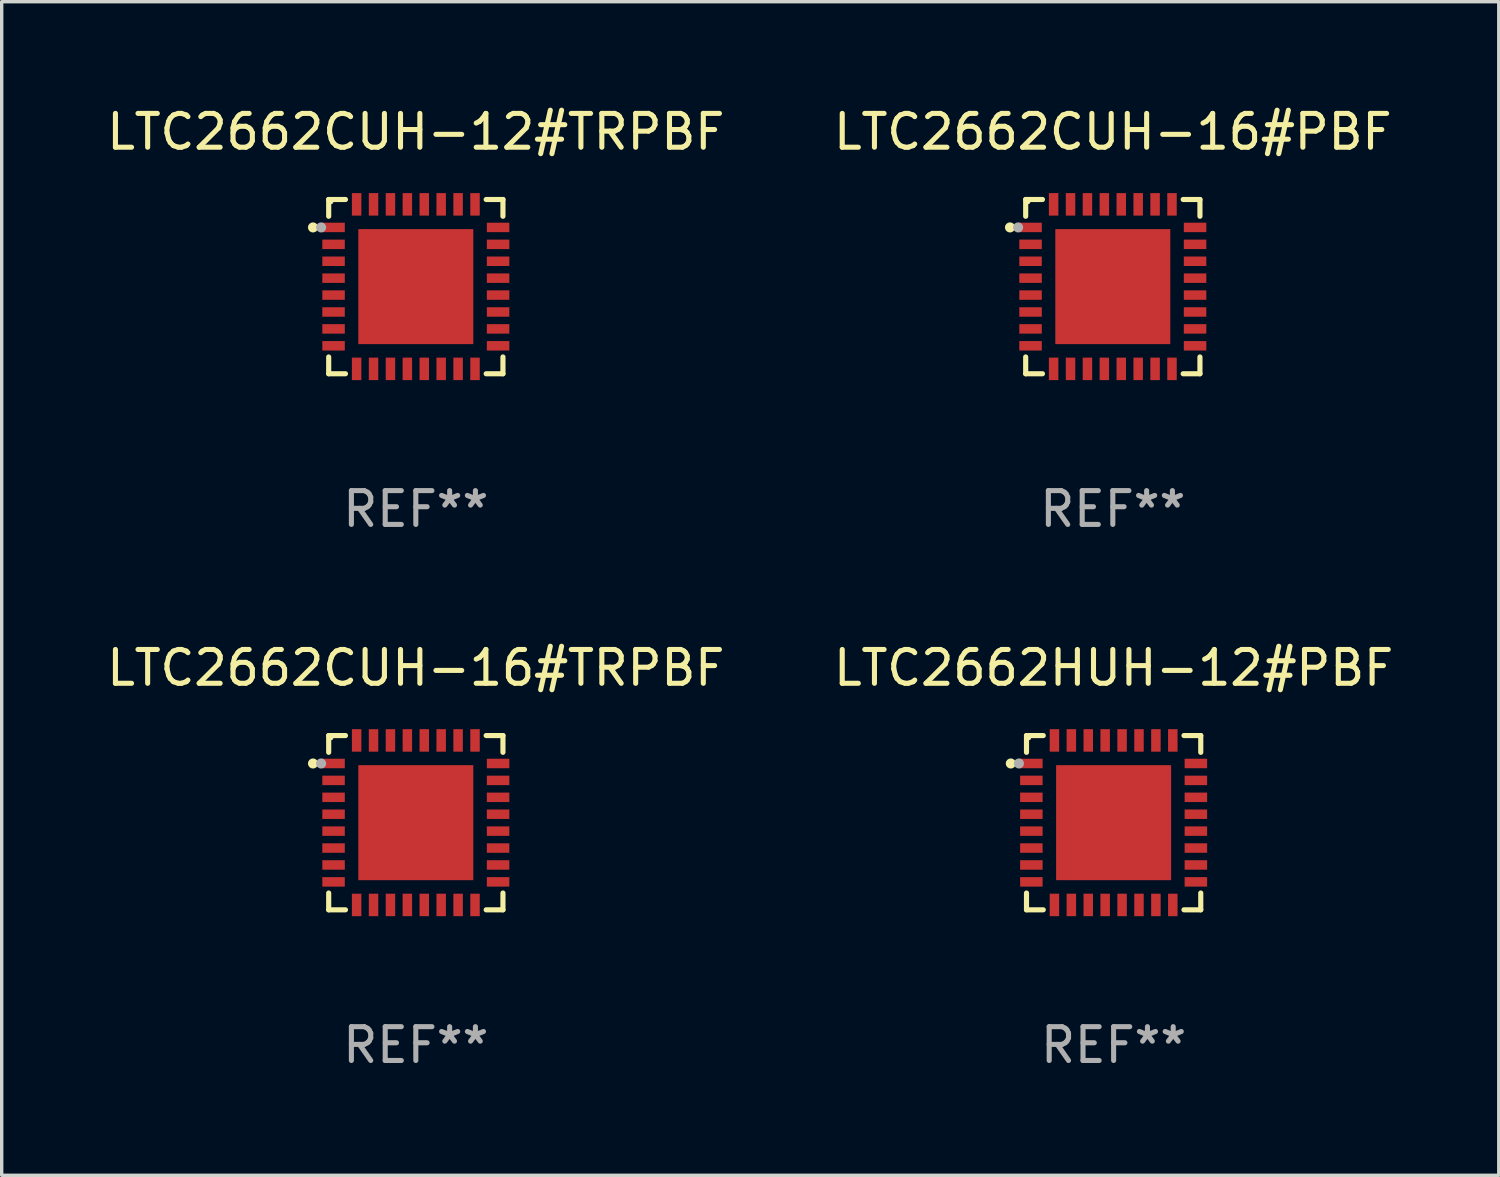
<source format=kicad_pcb>
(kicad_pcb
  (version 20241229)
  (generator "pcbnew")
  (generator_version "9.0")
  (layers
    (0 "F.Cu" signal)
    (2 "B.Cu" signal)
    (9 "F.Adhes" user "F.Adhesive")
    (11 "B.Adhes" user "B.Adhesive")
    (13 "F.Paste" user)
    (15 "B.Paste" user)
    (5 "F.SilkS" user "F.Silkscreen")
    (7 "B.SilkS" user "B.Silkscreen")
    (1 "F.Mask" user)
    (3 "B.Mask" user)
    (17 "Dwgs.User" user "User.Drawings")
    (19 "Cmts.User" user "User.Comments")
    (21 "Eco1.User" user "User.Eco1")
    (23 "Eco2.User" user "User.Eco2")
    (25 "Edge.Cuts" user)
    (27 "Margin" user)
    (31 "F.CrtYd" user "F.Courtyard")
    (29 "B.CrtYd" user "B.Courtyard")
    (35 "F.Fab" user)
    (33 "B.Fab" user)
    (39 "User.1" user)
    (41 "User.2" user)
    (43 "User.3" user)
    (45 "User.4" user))
  (footprint "LTC2662CUH-16#TRPBF"
    (layer "F.Cu")
    (at 9.244 21.273)
    (property "Reference" "LTC2662CUH-16#TRPBF" (at 0 -4.576 0) (layer "F.SilkS") (effects (font (size 1 1) (thickness 0.15))))
    (attr through_hole)
    (fp_line (start -2.576 -2.576) (end -2.576 -2.08) (stroke (width 0.152) (type solid)) (layer "F.SilkS"))
    (fp_line (start -2.576 2.576) (end -2.576 2.08) (stroke (width 0.152) (type solid)) (layer "F.SilkS"))
    (fp_line (start -2.08 -2.576) (end -2.576 -2.576) (stroke (width 0.152) (type solid)) (layer "F.SilkS"))
    (fp_line (start -2.08 2.576) (end -2.576 2.576) (stroke (width 0.152) (type solid)) (layer "F.SilkS"))
    (fp_line (start 2.08 -2.576) (end 2.576 -2.576) (stroke (width 0.152) (type solid)) (layer "F.SilkS"))
    (fp_line (start 2.08 2.576) (end 2.576 2.576) (stroke (width 0.152) (type solid)) (layer "F.SilkS"))
    (fp_line (start 2.576 -2.576) (end 2.576 -2.08) (stroke (width 0.152) (type solid)) (layer "F.SilkS"))
    (fp_line (start 2.576 2.576) (end 2.576 2.08) (stroke (width 0.152) (type solid)) (layer "F.SilkS"))
    (fp_circle (center -3.04 -1.75) (end -2.965 -1.75) (stroke (width 0.15) (type solid)) (fill no) (layer "F.SilkS"))
    (fp_circle (center -2.5 -2.5) (end -2.47 -2.5) (stroke (width 0.06) (type solid)) (fill no) (layer "F.SilkS"))
    (fp_circle (center -2.8 -1.75) (end -2.725 -1.75) (stroke (width 0.15) (type solid)) (fill no) (layer "F.Fab"))
    (fp_text user "REF**" (at 0 6.576 0) (layer "F.Fab") (effects (font (size 1 1) (thickness 0.15))))
    (pad "1" smd rect (at -2.432 -1.75) (size 0.665 0.28) (layers "F.Cu" "F.Mask" "F.Paste"))
    (pad "2" smd rect (at -2.432 -1.25) (size 0.665 0.28) (layers "F.Cu" "F.Mask" "F.Paste"))
    (pad "3" smd rect (at -2.432 -0.75) (size 0.665 0.28) (layers "F.Cu" "F.Mask" "F.Paste"))
    (pad "4" smd rect (at -2.432 -0.25) (size 0.665 0.28) (layers "F.Cu" "F.Mask" "F.Paste"))
    (pad "5" smd rect (at -2.432 0.25) (size 0.665 0.28) (layers "F.Cu" "F.Mask" "F.Paste"))
    (pad "6" smd rect (at -2.432 0.75) (size 0.665 0.28) (layers "F.Cu" "F.Mask" "F.Paste"))
    (pad "7" smd rect (at -2.432 1.25) (size 0.665 0.28) (layers "F.Cu" "F.Mask" "F.Paste"))
    (pad "8" smd rect (at -2.432 1.75) (size 0.665 0.28) (layers "F.Cu" "F.Mask" "F.Paste"))
    (pad "9" smd rect (at -1.75 2.432) (size 0.28 0.665) (layers "F.Cu" "F.Mask" "F.Paste"))
    (pad "10" smd rect (at -1.25 2.432) (size 0.28 0.665) (layers "F.Cu" "F.Mask" "F.Paste"))
    (pad "11" smd rect (at -0.75 2.432) (size 0.28 0.665) (layers "F.Cu" "F.Mask" "F.Paste"))
    (pad "12" smd rect (at -0.25 2.432) (size 0.28 0.665) (layers "F.Cu" "F.Mask" "F.Paste"))
    (pad "13" smd rect (at 0.25 2.432) (size 0.28 0.665) (layers "F.Cu" "F.Mask" "F.Paste"))
    (pad "14" smd rect (at 0.75 2.432) (size 0.28 0.665) (layers "F.Cu" "F.Mask" "F.Paste"))
    (pad "15" smd rect (at 1.25 2.432) (size 0.28 0.665) (layers "F.Cu" "F.Mask" "F.Paste"))
    (pad "16" smd rect (at 1.75 2.432) (size 0.28 0.665) (layers "F.Cu" "F.Mask" "F.Paste"))
    (pad "17" smd rect (at 2.432 1.75) (size 0.665 0.28) (layers "F.Cu" "F.Mask" "F.Paste"))
    (pad "18" smd rect (at 2.432 1.25) (size 0.665 0.28) (layers "F.Cu" "F.Mask" "F.Paste"))
    (pad "19" smd rect (at 2.432 0.75) (size 0.665 0.28) (layers "F.Cu" "F.Mask" "F.Paste"))
    (pad "20" smd rect (at 2.432 0.25) (size 0.665 0.28) (layers "F.Cu" "F.Mask" "F.Paste"))
    (pad "21" smd rect (at 2.432 -0.25) (size 0.665 0.28) (layers "F.Cu" "F.Mask" "F.Paste"))
    (pad "22" smd rect (at 2.432 -0.75) (size 0.665 0.28) (layers "F.Cu" "F.Mask" "F.Paste"))
    (pad "23" smd rect (at 2.432 -1.25) (size 0.665 0.28) (layers "F.Cu" "F.Mask" "F.Paste"))
    (pad "24" smd rect (at 2.432 -1.75) (size 0.665 0.28) (layers "F.Cu" "F.Mask" "F.Paste"))
    (pad "25" smd rect (at 1.75 -2.432) (size 0.28 0.665) (layers "F.Cu" "F.Mask" "F.Paste"))
    (pad "26" smd rect (at 1.25 -2.432) (size 0.28 0.665) (layers "F.Cu" "F.Mask" "F.Paste"))
    (pad "27" smd rect (at 0.75 -2.432) (size 0.28 0.665) (layers "F.Cu" "F.Mask" "F.Paste"))
    (pad "28" smd rect (at 0.25 -2.432) (size 0.28 0.665) (layers "F.Cu" "F.Mask" "F.Paste"))
    (pad "29" smd rect (at -0.25 -2.432) (size 0.28 0.665) (layers "F.Cu" "F.Mask" "F.Paste"))
    (pad "30" smd rect (at -0.75 -2.432) (size 0.28 0.665) (layers "F.Cu" "F.Mask" "F.Paste"))
    (pad "31" smd rect (at -1.25 -2.432) (size 0.28 0.665) (layers "F.Cu" "F.Mask" "F.Paste"))
    (pad "32" smd rect (at -1.75 -2.432) (size 0.28 0.665) (layers "F.Cu" "F.Mask" "F.Paste"))
    (pad "33" smd rect (at 0 0) (size 3.4 3.4) (layers "F.Cu" "F.Mask" "F.Paste")))
  (footprint "LTC2662CUH-16#PBF"
    (layer "F.Cu")
    (at 29.851 5.424)
    (property "Reference" "LTC2662CUH-16#PBF" (at 0 -4.576 0) (layer "F.SilkS") (effects (font (size 1 1) (thickness 0.15))))
    (attr through_hole)
    (fp_line (start -2.576 -2.576) (end -2.576 -2.08) (stroke (width 0.152) (type solid)) (layer "F.SilkS"))
    (fp_line (start -2.576 2.576) (end -2.576 2.08) (stroke (width 0.152) (type solid)) (layer "F.SilkS"))
    (fp_line (start -2.08 -2.576) (end -2.576 -2.576) (stroke (width 0.152) (type solid)) (layer "F.SilkS"))
    (fp_line (start -2.08 2.576) (end -2.576 2.576) (stroke (width 0.152) (type solid)) (layer "F.SilkS"))
    (fp_line (start 2.08 -2.576) (end 2.576 -2.576) (stroke (width 0.152) (type solid)) (layer "F.SilkS"))
    (fp_line (start 2.08 2.576) (end 2.576 2.576) (stroke (width 0.152) (type solid)) (layer "F.SilkS"))
    (fp_line (start 2.576 -2.576) (end 2.576 -2.08) (stroke (width 0.152) (type solid)) (layer "F.SilkS"))
    (fp_line (start 2.576 2.576) (end 2.576 2.08) (stroke (width 0.152) (type solid)) (layer "F.SilkS"))
    (fp_circle (center -3.04 -1.75) (end -2.965 -1.75) (stroke (width 0.15) (type solid)) (fill no) (layer "F.SilkS"))
    (fp_circle (center -2.5 -2.5) (end -2.47 -2.5) (stroke (width 0.06) (type solid)) (fill no) (layer "F.SilkS"))
    (fp_circle (center -2.8 -1.75) (end -2.725 -1.75) (stroke (width 0.15) (type solid)) (fill no) (layer "F.Fab"))
    (fp_text user "REF**" (at 0 6.576 0) (layer "F.Fab") (effects (font (size 1 1) (thickness 0.15))))
    (pad "1" smd rect (at -2.432 -1.75) (size 0.665 0.28) (layers "F.Cu" "F.Mask" "F.Paste"))
    (pad "2" smd rect (at -2.432 -1.25) (size 0.665 0.28) (layers "F.Cu" "F.Mask" "F.Paste"))
    (pad "3" smd rect (at -2.432 -0.75) (size 0.665 0.28) (layers "F.Cu" "F.Mask" "F.Paste"))
    (pad "4" smd rect (at -2.432 -0.25) (size 0.665 0.28) (layers "F.Cu" "F.Mask" "F.Paste"))
    (pad "5" smd rect (at -2.432 0.25) (size 0.665 0.28) (layers "F.Cu" "F.Mask" "F.Paste"))
    (pad "6" smd rect (at -2.432 0.75) (size 0.665 0.28) (layers "F.Cu" "F.Mask" "F.Paste"))
    (pad "7" smd rect (at -2.432 1.25) (size 0.665 0.28) (layers "F.Cu" "F.Mask" "F.Paste"))
    (pad "8" smd rect (at -2.432 1.75) (size 0.665 0.28) (layers "F.Cu" "F.Mask" "F.Paste"))
    (pad "9" smd rect (at -1.75 2.432) (size 0.28 0.665) (layers "F.Cu" "F.Mask" "F.Paste"))
    (pad "10" smd rect (at -1.25 2.432) (size 0.28 0.665) (layers "F.Cu" "F.Mask" "F.Paste"))
    (pad "11" smd rect (at -0.75 2.432) (size 0.28 0.665) (layers "F.Cu" "F.Mask" "F.Paste"))
    (pad "12" smd rect (at -0.25 2.432) (size 0.28 0.665) (layers "F.Cu" "F.Mask" "F.Paste"))
    (pad "13" smd rect (at 0.25 2.432) (size 0.28 0.665) (layers "F.Cu" "F.Mask" "F.Paste"))
    (pad "14" smd rect (at 0.75 2.432) (size 0.28 0.665) (layers "F.Cu" "F.Mask" "F.Paste"))
    (pad "15" smd rect (at 1.25 2.432) (size 0.28 0.665) (layers "F.Cu" "F.Mask" "F.Paste"))
    (pad "16" smd rect (at 1.75 2.432) (size 0.28 0.665) (layers "F.Cu" "F.Mask" "F.Paste"))
    (pad "17" smd rect (at 2.432 1.75) (size 0.665 0.28) (layers "F.Cu" "F.Mask" "F.Paste"))
    (pad "18" smd rect (at 2.432 1.25) (size 0.665 0.28) (layers "F.Cu" "F.Mask" "F.Paste"))
    (pad "19" smd rect (at 2.432 0.75) (size 0.665 0.28) (layers "F.Cu" "F.Mask" "F.Paste"))
    (pad "20" smd rect (at 2.432 0.25) (size 0.665 0.28) (layers "F.Cu" "F.Mask" "F.Paste"))
    (pad "21" smd rect (at 2.432 -0.25) (size 0.665 0.28) (layers "F.Cu" "F.Mask" "F.Paste"))
    (pad "22" smd rect (at 2.432 -0.75) (size 0.665 0.28) (layers "F.Cu" "F.Mask" "F.Paste"))
    (pad "23" smd rect (at 2.432 -1.25) (size 0.665 0.28) (layers "F.Cu" "F.Mask" "F.Paste"))
    (pad "24" smd rect (at 2.432 -1.75) (size 0.665 0.28) (layers "F.Cu" "F.Mask" "F.Paste"))
    (pad "25" smd rect (at 1.75 -2.432) (size 0.28 0.665) (layers "F.Cu" "F.Mask" "F.Paste"))
    (pad "26" smd rect (at 1.25 -2.432) (size 0.28 0.665) (layers "F.Cu" "F.Mask" "F.Paste"))
    (pad "27" smd rect (at 0.75 -2.432) (size 0.28 0.665) (layers "F.Cu" "F.Mask" "F.Paste"))
    (pad "28" smd rect (at 0.25 -2.432) (size 0.28 0.665) (layers "F.Cu" "F.Mask" "F.Paste"))
    (pad "29" smd rect (at -0.25 -2.432) (size 0.28 0.665) (layers "F.Cu" "F.Mask" "F.Paste"))
    (pad "30" smd rect (at -0.75 -2.432) (size 0.28 0.665) (layers "F.Cu" "F.Mask" "F.Paste"))
    (pad "31" smd rect (at -1.25 -2.432) (size 0.28 0.665) (layers "F.Cu" "F.Mask" "F.Paste"))
    (pad "32" smd rect (at -1.75 -2.432) (size 0.28 0.665) (layers "F.Cu" "F.Mask" "F.Paste"))
    (pad "33" smd rect (at 0 0) (size 3.4 3.4) (layers "F.Cu" "F.Mask" "F.Paste")))
  (footprint "LTC2662CUH-12#TRPBF"
    (layer "F.Cu")
    (at 9.244 5.424)
    (property "Reference" "LTC2662CUH-12#TRPBF" (at 0 -4.576 0) (layer "F.SilkS") (effects (font (size 1 1) (thickness 0.15))))
    (attr through_hole)
    (fp_line (start -2.576 -2.576) (end -2.576 -2.08) (stroke (width 0.152) (type solid)) (layer "F.SilkS"))
    (fp_line (start -2.576 2.576) (end -2.576 2.08) (stroke (width 0.152) (type solid)) (layer "F.SilkS"))
    (fp_line (start -2.08 -2.576) (end -2.576 -2.576) (stroke (width 0.152) (type solid)) (layer "F.SilkS"))
    (fp_line (start -2.08 2.576) (end -2.576 2.576) (stroke (width 0.152) (type solid)) (layer "F.SilkS"))
    (fp_line (start 2.08 -2.576) (end 2.576 -2.576) (stroke (width 0.152) (type solid)) (layer "F.SilkS"))
    (fp_line (start 2.08 2.576) (end 2.576 2.576) (stroke (width 0.152) (type solid)) (layer "F.SilkS"))
    (fp_line (start 2.576 -2.576) (end 2.576 -2.08) (stroke (width 0.152) (type solid)) (layer "F.SilkS"))
    (fp_line (start 2.576 2.576) (end 2.576 2.08) (stroke (width 0.152) (type solid)) (layer "F.SilkS"))
    (fp_circle (center -3.04 -1.75) (end -2.965 -1.75) (stroke (width 0.15) (type solid)) (fill no) (layer "F.SilkS"))
    (fp_circle (center -2.5 -2.5) (end -2.47 -2.5) (stroke (width 0.06) (type solid)) (fill no) (layer "F.SilkS"))
    (fp_circle (center -2.8 -1.75) (end -2.725 -1.75) (stroke (width 0.15) (type solid)) (fill no) (layer "F.Fab"))
    (fp_text user "REF**" (at 0 6.576 0) (layer "F.Fab") (effects (font (size 1 1) (thickness 0.15))))
    (pad "1" smd rect (at -2.432 -1.75) (size 0.665 0.28) (layers "F.Cu" "F.Mask" "F.Paste"))
    (pad "2" smd rect (at -2.432 -1.25) (size 0.665 0.28) (layers "F.Cu" "F.Mask" "F.Paste"))
    (pad "3" smd rect (at -2.432 -0.75) (size 0.665 0.28) (layers "F.Cu" "F.Mask" "F.Paste"))
    (pad "4" smd rect (at -2.432 -0.25) (size 0.665 0.28) (layers "F.Cu" "F.Mask" "F.Paste"))
    (pad "5" smd rect (at -2.432 0.25) (size 0.665 0.28) (layers "F.Cu" "F.Mask" "F.Paste"))
    (pad "6" smd rect (at -2.432 0.75) (size 0.665 0.28) (layers "F.Cu" "F.Mask" "F.Paste"))
    (pad "7" smd rect (at -2.432 1.25) (size 0.665 0.28) (layers "F.Cu" "F.Mask" "F.Paste"))
    (pad "8" smd rect (at -2.432 1.75) (size 0.665 0.28) (layers "F.Cu" "F.Mask" "F.Paste"))
    (pad "9" smd rect (at -1.75 2.432) (size 0.28 0.665) (layers "F.Cu" "F.Mask" "F.Paste"))
    (pad "10" smd rect (at -1.25 2.432) (size 0.28 0.665) (layers "F.Cu" "F.Mask" "F.Paste"))
    (pad "11" smd rect (at -0.75 2.432) (size 0.28 0.665) (layers "F.Cu" "F.Mask" "F.Paste"))
    (pad "12" smd rect (at -0.25 2.432) (size 0.28 0.665) (layers "F.Cu" "F.Mask" "F.Paste"))
    (pad "13" smd rect (at 0.25 2.432) (size 0.28 0.665) (layers "F.Cu" "F.Mask" "F.Paste"))
    (pad "14" smd rect (at 0.75 2.432) (size 0.28 0.665) (layers "F.Cu" "F.Mask" "F.Paste"))
    (pad "15" smd rect (at 1.25 2.432) (size 0.28 0.665) (layers "F.Cu" "F.Mask" "F.Paste"))
    (pad "16" smd rect (at 1.75 2.432) (size 0.28 0.665) (layers "F.Cu" "F.Mask" "F.Paste"))
    (pad "17" smd rect (at 2.432 1.75) (size 0.665 0.28) (layers "F.Cu" "F.Mask" "F.Paste"))
    (pad "18" smd rect (at 2.432 1.25) (size 0.665 0.28) (layers "F.Cu" "F.Mask" "F.Paste"))
    (pad "19" smd rect (at 2.432 0.75) (size 0.665 0.28) (layers "F.Cu" "F.Mask" "F.Paste"))
    (pad "20" smd rect (at 2.432 0.25) (size 0.665 0.28) (layers "F.Cu" "F.Mask" "F.Paste"))
    (pad "21" smd rect (at 2.432 -0.25) (size 0.665 0.28) (layers "F.Cu" "F.Mask" "F.Paste"))
    (pad "22" smd rect (at 2.432 -0.75) (size 0.665 0.28) (layers "F.Cu" "F.Mask" "F.Paste"))
    (pad "23" smd rect (at 2.432 -1.25) (size 0.665 0.28) (layers "F.Cu" "F.Mask" "F.Paste"))
    (pad "24" smd rect (at 2.432 -1.75) (size 0.665 0.28) (layers "F.Cu" "F.Mask" "F.Paste"))
    (pad "25" smd rect (at 1.75 -2.432) (size 0.28 0.665) (layers "F.Cu" "F.Mask" "F.Paste"))
    (pad "26" smd rect (at 1.25 -2.432) (size 0.28 0.665) (layers "F.Cu" "F.Mask" "F.Paste"))
    (pad "27" smd rect (at 0.75 -2.432) (size 0.28 0.665) (layers "F.Cu" "F.Mask" "F.Paste"))
    (pad "28" smd rect (at 0.25 -2.432) (size 0.28 0.665) (layers "F.Cu" "F.Mask" "F.Paste"))
    (pad "29" smd rect (at -0.25 -2.432) (size 0.28 0.665) (layers "F.Cu" "F.Mask" "F.Paste"))
    (pad "30" smd rect (at -0.75 -2.432) (size 0.28 0.665) (layers "F.Cu" "F.Mask" "F.Paste"))
    (pad "31" smd rect (at -1.25 -2.432) (size 0.28 0.665) (layers "F.Cu" "F.Mask" "F.Paste"))
    (pad "32" smd rect (at -1.75 -2.432) (size 0.28 0.665) (layers "F.Cu" "F.Mask" "F.Paste"))
    (pad "33" smd rect (at 0 0) (size 3.4 3.4) (layers "F.Cu" "F.Mask" "F.Paste")))
  (footprint "LTC2662HUH-12#PBF"
    (layer "F.Cu")
    (at 29.875 21.273)
    (property "Reference" "LTC2662HUH-12#PBF" (at 0 -4.576 0) (layer "F.SilkS") (effects (font (size 1 1) (thickness 0.15))))
    (attr through_hole)
    (fp_line (start -2.576 -2.576) (end -2.576 -2.08) (stroke (width 0.152) (type solid)) (layer "F.SilkS"))
    (fp_line (start -2.576 2.576) (end -2.576 2.08) (stroke (width 0.152) (type solid)) (layer "F.SilkS"))
    (fp_line (start -2.08 -2.576) (end -2.576 -2.576) (stroke (width 0.152) (type solid)) (layer "F.SilkS"))
    (fp_line (start -2.08 2.576) (end -2.576 2.576) (stroke (width 0.152) (type solid)) (layer "F.SilkS"))
    (fp_line (start 2.08 -2.576) (end 2.576 -2.576) (stroke (width 0.152) (type solid)) (layer "F.SilkS"))
    (fp_line (start 2.08 2.576) (end 2.576 2.576) (stroke (width 0.152) (type solid)) (layer "F.SilkS"))
    (fp_line (start 2.576 -2.576) (end 2.576 -2.08) (stroke (width 0.152) (type solid)) (layer "F.SilkS"))
    (fp_line (start 2.576 2.576) (end 2.576 2.08) (stroke (width 0.152) (type solid)) (layer "F.SilkS"))
    (fp_circle (center -3.04 -1.75) (end -2.965 -1.75) (stroke (width 0.15) (type solid)) (fill no) (layer "F.SilkS"))
    (fp_circle (center -2.5 -2.5) (end -2.47 -2.5) (stroke (width 0.06) (type solid)) (fill no) (layer "F.SilkS"))
    (fp_circle (center -2.8 -1.75) (end -2.725 -1.75) (stroke (width 0.15) (type solid)) (fill no) (layer "F.Fab"))
    (fp_text user "REF**" (at 0 6.576 0) (layer "F.Fab") (effects (font (size 1 1) (thickness 0.15))))
    (pad "1" smd rect (at -2.432 -1.75) (size 0.665 0.28) (layers "F.Cu" "F.Mask" "F.Paste"))
    (pad "2" smd rect (at -2.432 -1.25) (size 0.665 0.28) (layers "F.Cu" "F.Mask" "F.Paste"))
    (pad "3" smd rect (at -2.432 -0.75) (size 0.665 0.28) (layers "F.Cu" "F.Mask" "F.Paste"))
    (pad "4" smd rect (at -2.432 -0.25) (size 0.665 0.28) (layers "F.Cu" "F.Mask" "F.Paste"))
    (pad "5" smd rect (at -2.432 0.25) (size 0.665 0.28) (layers "F.Cu" "F.Mask" "F.Paste"))
    (pad "6" smd rect (at -2.432 0.75) (size 0.665 0.28) (layers "F.Cu" "F.Mask" "F.Paste"))
    (pad "7" smd rect (at -2.432 1.25) (size 0.665 0.28) (layers "F.Cu" "F.Mask" "F.Paste"))
    (pad "8" smd rect (at -2.432 1.75) (size 0.665 0.28) (layers "F.Cu" "F.Mask" "F.Paste"))
    (pad "9" smd rect (at -1.75 2.432) (size 0.28 0.665) (layers "F.Cu" "F.Mask" "F.Paste"))
    (pad "10" smd rect (at -1.25 2.432) (size 0.28 0.665) (layers "F.Cu" "F.Mask" "F.Paste"))
    (pad "11" smd rect (at -0.75 2.432) (size 0.28 0.665) (layers "F.Cu" "F.Mask" "F.Paste"))
    (pad "12" smd rect (at -0.25 2.432) (size 0.28 0.665) (layers "F.Cu" "F.Mask" "F.Paste"))
    (pad "13" smd rect (at 0.25 2.432) (size 0.28 0.665) (layers "F.Cu" "F.Mask" "F.Paste"))
    (pad "14" smd rect (at 0.75 2.432) (size 0.28 0.665) (layers "F.Cu" "F.Mask" "F.Paste"))
    (pad "15" smd rect (at 1.25 2.432) (size 0.28 0.665) (layers "F.Cu" "F.Mask" "F.Paste"))
    (pad "16" smd rect (at 1.75 2.432) (size 0.28 0.665) (layers "F.Cu" "F.Mask" "F.Paste"))
    (pad "17" smd rect (at 2.432 1.75) (size 0.665 0.28) (layers "F.Cu" "F.Mask" "F.Paste"))
    (pad "18" smd rect (at 2.432 1.25) (size 0.665 0.28) (layers "F.Cu" "F.Mask" "F.Paste"))
    (pad "19" smd rect (at 2.432 0.75) (size 0.665 0.28) (layers "F.Cu" "F.Mask" "F.Paste"))
    (pad "20" smd rect (at 2.432 0.25) (size 0.665 0.28) (layers "F.Cu" "F.Mask" "F.Paste"))
    (pad "21" smd rect (at 2.432 -0.25) (size 0.665 0.28) (layers "F.Cu" "F.Mask" "F.Paste"))
    (pad "22" smd rect (at 2.432 -0.75) (size 0.665 0.28) (layers "F.Cu" "F.Mask" "F.Paste"))
    (pad "23" smd rect (at 2.432 -1.25) (size 0.665 0.28) (layers "F.Cu" "F.Mask" "F.Paste"))
    (pad "24" smd rect (at 2.432 -1.75) (size 0.665 0.28) (layers "F.Cu" "F.Mask" "F.Paste"))
    (pad "25" smd rect (at 1.75 -2.432) (size 0.28 0.665) (layers "F.Cu" "F.Mask" "F.Paste"))
    (pad "26" smd rect (at 1.25 -2.432) (size 0.28 0.665) (layers "F.Cu" "F.Mask" "F.Paste"))
    (pad "27" smd rect (at 0.75 -2.432) (size 0.28 0.665) (layers "F.Cu" "F.Mask" "F.Paste"))
    (pad "28" smd rect (at 0.25 -2.432) (size 0.28 0.665) (layers "F.Cu" "F.Mask" "F.Paste"))
    (pad "29" smd rect (at -0.25 -2.432) (size 0.28 0.665) (layers "F.Cu" "F.Mask" "F.Paste"))
    (pad "30" smd rect (at -0.75 -2.432) (size 0.28 0.665) (layers "F.Cu" "F.Mask" "F.Paste"))
    (pad "31" smd rect (at -1.25 -2.432) (size 0.28 0.665) (layers "F.Cu" "F.Mask" "F.Paste"))
    (pad "32" smd rect (at -1.75 -2.432) (size 0.28 0.665) (layers "F.Cu" "F.Mask" "F.Paste"))
    (pad "33" smd rect (at 0 0) (size 3.4 3.4) (layers "F.Cu" "F.Mask" "F.Paste")))
  (gr_rect
    (start -3 -3)
    (end 41.262 31.698)
    (stroke (width 0.1) (type default))
    (fill no)
    (layer "Edge.Cuts")))
</source>
